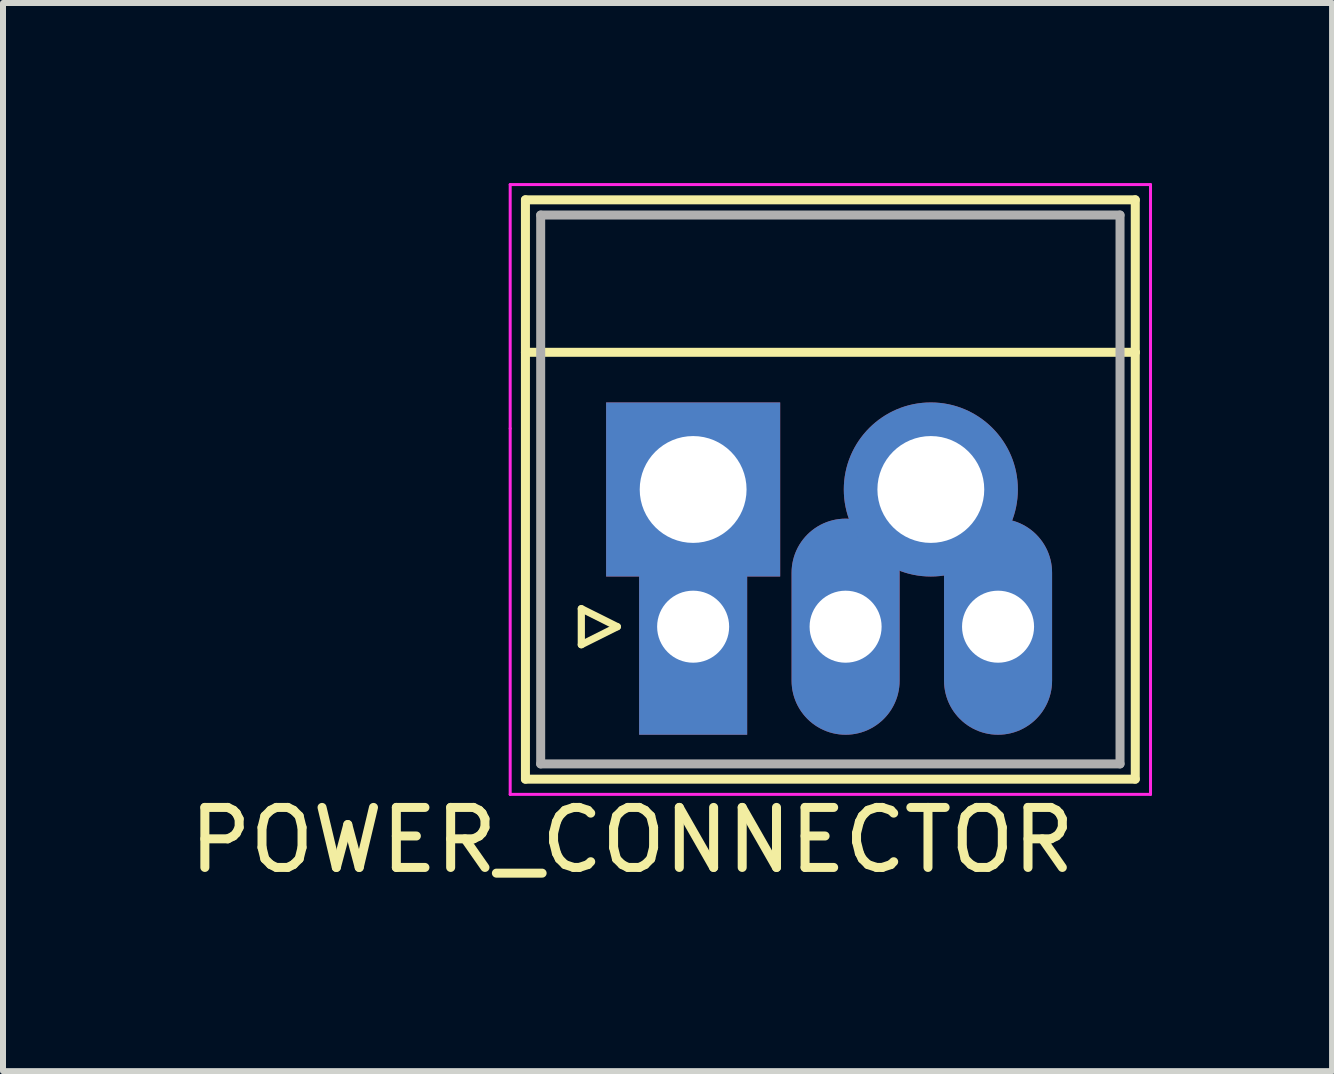
<source format=kicad_pcb>
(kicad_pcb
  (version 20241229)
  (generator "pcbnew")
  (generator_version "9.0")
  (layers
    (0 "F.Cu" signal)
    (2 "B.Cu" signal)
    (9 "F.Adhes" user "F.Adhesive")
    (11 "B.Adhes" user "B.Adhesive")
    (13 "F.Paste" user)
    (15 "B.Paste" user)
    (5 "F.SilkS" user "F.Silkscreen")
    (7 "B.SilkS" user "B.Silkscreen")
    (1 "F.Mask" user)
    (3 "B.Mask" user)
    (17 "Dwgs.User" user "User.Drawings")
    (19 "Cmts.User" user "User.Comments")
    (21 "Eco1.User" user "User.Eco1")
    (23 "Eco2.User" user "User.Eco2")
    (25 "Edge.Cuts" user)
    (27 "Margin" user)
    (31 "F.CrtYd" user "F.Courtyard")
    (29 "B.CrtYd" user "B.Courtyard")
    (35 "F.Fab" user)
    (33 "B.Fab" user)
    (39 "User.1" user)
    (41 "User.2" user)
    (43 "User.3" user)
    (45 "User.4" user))
  (footprint "POWER_CONNECTOR"
    (layer "F.Cu")
    (at 8.498 5.105)
    (property "Reference" "POWER_CONNECTOR" (at -1.016 5.842 0) (layer "F.SilkS") (effects (font (size 1 1) (thickness 0.15))))
    (attr through_hole)
    (fp_line (start -2.794 -4.826) (end 7.366 -4.826) (stroke (width 0.15) (type solid)) (layer "F.SilkS"))
    (fp_line (start -2.794 -2.286) (end -2.794 -4.826) (stroke (width 0.15) (type solid)) (layer "F.SilkS"))
    (fp_line (start -2.794 -2.286) (end 7.366 -2.286) (stroke (width 0.15) (type solid)) (layer "F.SilkS"))
    (fp_line (start -2.794 4.826) (end -2.794 -2.286) (stroke (width 0.15) (type solid)) (layer "F.SilkS"))
    (fp_line (start -1.863 1.986) (end -1.863 2.586) (stroke (width 0.12) (type solid)) (layer "F.SilkS"))
    (fp_line (start -1.863 2.586) (end -1.263 2.286) (stroke (width 0.12) (type solid)) (layer "F.SilkS"))
    (fp_line (start -1.263 2.286) (end -1.863 1.986) (stroke (width 0.12) (type solid)) (layer "F.SilkS"))
    (fp_line (start 7.366 -4.826) (end 7.366 -2.286) (stroke (width 0.15) (type solid)) (layer "F.SilkS"))
    (fp_line (start 7.366 -2.286) (end 7.366 4.826) (stroke (width 0.15) (type solid)) (layer "F.SilkS"))
    (fp_line (start 7.366 4.826) (end -2.794 4.826) (stroke (width 0.15) (type solid)) (layer "F.SilkS"))
    (fp_line (start -3.048 -5.08) (end -3.048 -1.016) (stroke (width 0.05) (type solid)) (layer "F.CrtYd"))
    (fp_line (start -3.048 -1.016) (end -3.048 5.08) (stroke (width 0.05) (type solid)) (layer "F.CrtYd"))
    (fp_line (start -3.048 5.08) (end 7.62 5.08) (stroke (width 0.05) (type solid)) (layer "F.CrtYd"))
    (fp_line (start 7.62 -5.08) (end -3.048 -5.08) (stroke (width 0.05) (type solid)) (layer "F.CrtYd"))
    (fp_line (start 7.62 5.08) (end 7.62 -5.08) (stroke (width 0.05) (type solid)) (layer "F.CrtYd"))
    (fp_line (start -2.54 -4.572) (end 7.112 -4.572) (stroke (width 0.15) (type solid)) (layer "F.Fab"))
    (fp_line (start -2.54 4.572) (end -2.54 -4.572) (stroke (width 0.15) (type solid)) (layer "F.Fab"))
    (fp_line (start 7.112 -4.572) (end 7.112 4.572) (stroke (width 0.15) (type solid)) (layer "F.Fab"))
    (fp_line (start 7.112 4.572) (end -2.54 4.572) (stroke (width 0.15) (type solid)) (layer "F.Fab"))
    (pad "1" thru_hole rect (at 0 0 180) (size 2.9 2.9) (drill 1.78) (layers "*.Cu" "*.Mask"))
    (pad "1" thru_hole rect (at 0 2.286 180) (size 1.8 3.6) (drill 1.2) (layers "*.Cu" "*.Mask"))
    (pad "2" thru_hole oval (at 2.54 2.286 90) (size 3.6 1.8) (drill 1.2) (layers "*.Cu" "*.Mask"))
    (pad "2" thru_hole circle (at 3.96 0 180) (size 2.9 2.9) (drill 1.78) (layers "*.Cu" "*.Mask"))
    (pad "2" thru_hole oval (at 5.08 2.286 180) (size 1.8 3.6) (drill 1.2) (layers "*.Cu" "*.Mask")))
  (gr_rect
    (start -3 -3)
    (end 19.143 14.795)
    (stroke (width 0.1) (type default))
    (fill no)
    (layer "Edge.Cuts")))
</source>
